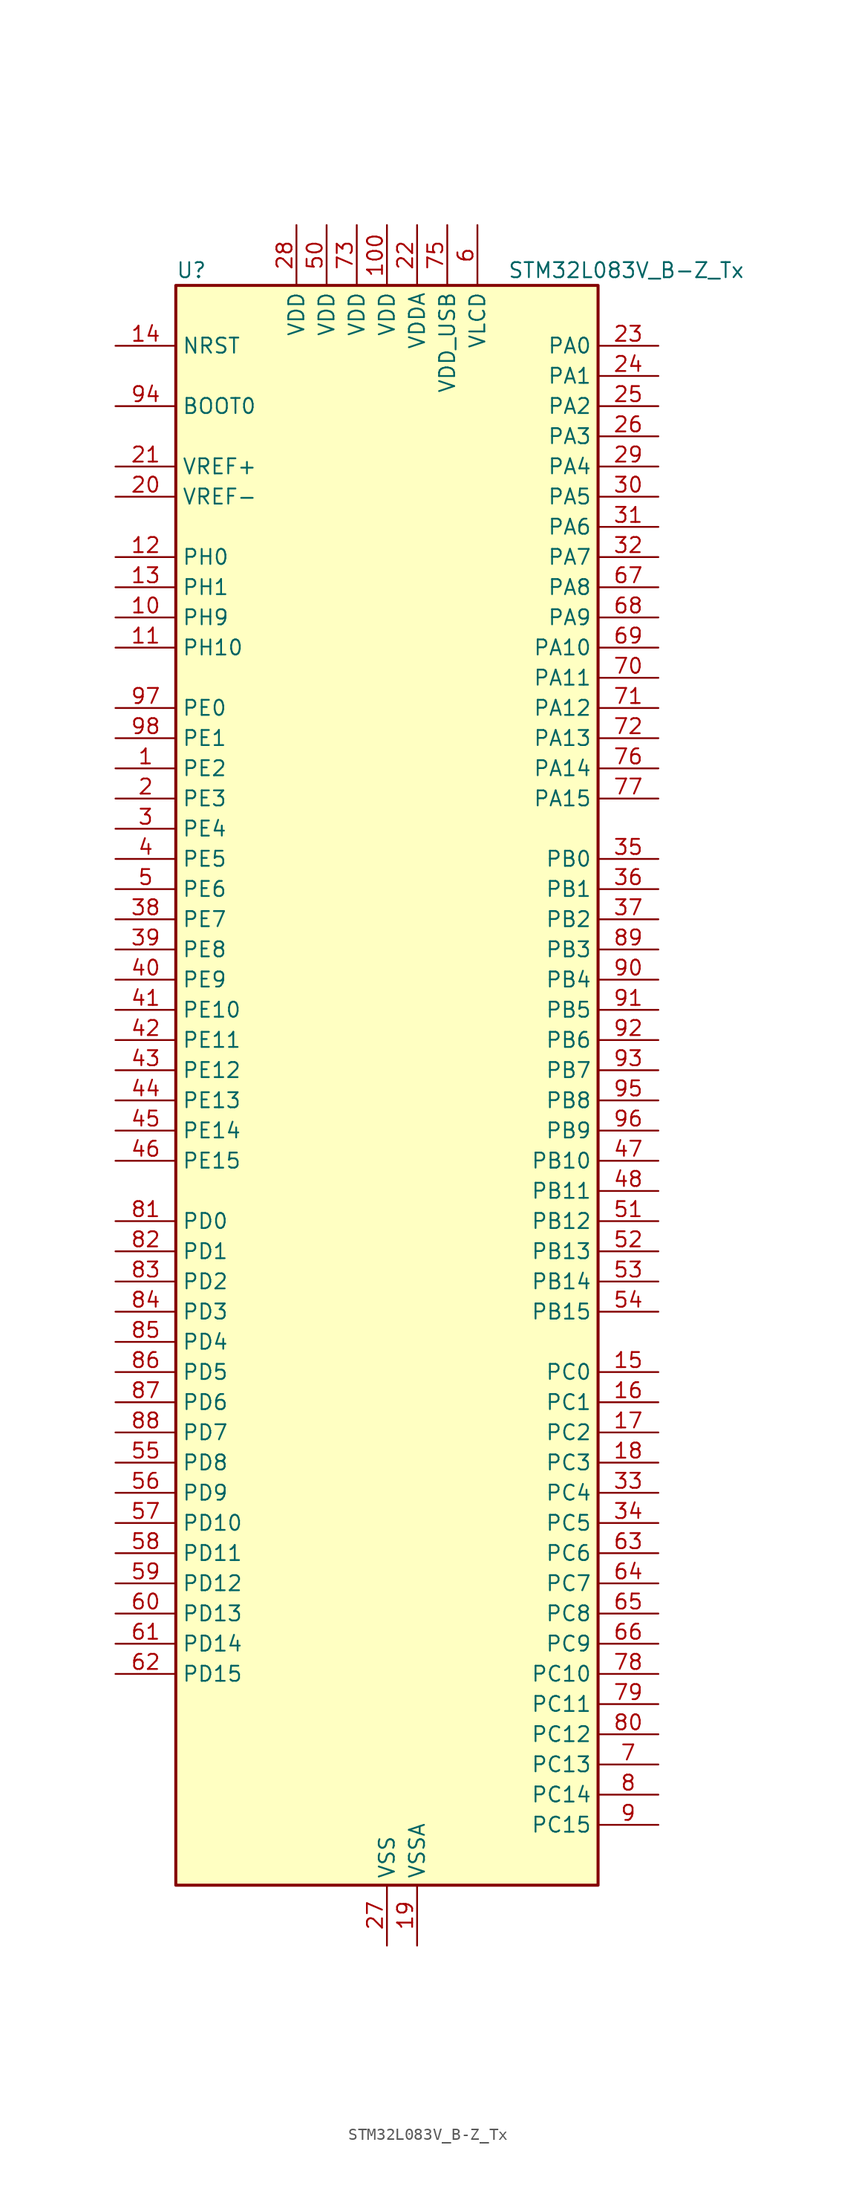
<source format=kicad_sym>
(kicad_symbol_lib
  (version 20241209)
  (generator "kicad_symbol_editor")
  (generator_version "9.0")
  (symbol "STM32L083V_B-Z_Tx"
    (property "Reference" "U"
      (at -17.78 69.85 0)
      (effects (font (size 1.27 1.27)) (justify left)))
    (property "Value" "STM32L083V_B-Z_Tx"
      (at 10.16 69.85 0)
      (effects (font (size 1.27 1.27)) (justify left)))
    (symbol "STM32L083V_B-Z_Tx_0_1"
      (rectangle (start -17.78 -66.04) (end 17.78 68.58) (stroke (width 0.254) (type default)) (fill (type background))))
    (symbol "STM32L083V_B-Z_Tx_1_1"
      (pin input line (at -22.86 63.5 0) (length 5.08) (name "NRST" (effects (font (size 1.27 1.27)))) (number "14" (effects (font (size 1.27 1.27)))))
      (pin input line (at -22.86 58.42 0) (length 5.08) (name "BOOT0" (effects (font (size 1.27 1.27)))) (number "94" (effects (font (size 1.27 1.27)))))
      (pin input line (at -22.86 53.34 0) (length 5.08) (name "VREF+" (effects (font (size 1.27 1.27)))) (number "21" (effects (font (size 1.27 1.27)))))
      (pin input line (at -22.86 50.8 0) (length 5.08) (name "VREF-" (effects (font (size 1.27 1.27)))) (number "20" (effects (font (size 1.27 1.27)))))
      (pin bidirectional line (at -22.86 45.72 0) (length 5.08) (name "PH0" (effects (font (size 1.27 1.27)))) (number "12" (effects (font (size 1.27 1.27)))) (alternate "CRS_SYNC" bidirectional line) (alternate "RCC_OSC_IN" bidirectional line))
      (pin bidirectional line (at -22.86 43.18 0) (length 5.08) (name "PH1" (effects (font (size 1.27 1.27)))) (number "13" (effects (font (size 1.27 1.27)))) (alternate "RCC_OSC_OUT" bidirectional line))
      (pin bidirectional line (at -22.86 40.64 0) (length 5.08) (name "PH9" (effects (font (size 1.27 1.27)))) (number "10" (effects (font (size 1.27 1.27)))) (alternate "DAC_EXTI9" bidirectional line))
      (pin bidirectional line (at -22.86 38.1 0) (length 5.08) (name "PH10" (effects (font (size 1.27 1.27)))) (number "11" (effects (font (size 1.27 1.27)))))
      (pin bidirectional line (at -22.86 33.02 0) (length 5.08) (name "PE0" (effects (font (size 1.27 1.27)))) (number "97" (effects (font (size 1.27 1.27)))) (alternate "LCD_SEG36" bidirectional line))
      (pin bidirectional line (at -22.86 30.48 0) (length 5.08) (name "PE1" (effects (font (size 1.27 1.27)))) (number "98" (effects (font (size 1.27 1.27)))) (alternate "LCD_SEG37" bidirectional line))
      (pin bidirectional line (at -22.86 27.94 0) (length 5.08) (name "PE2" (effects (font (size 1.27 1.27)))) (number "1" (effects (font (size 1.27 1.27)))) (alternate "LCD_SEG38" bidirectional line) (alternate "TIM3_ETR" bidirectional line))
      (pin bidirectional line (at -22.86 25.4 0) (length 5.08) (name "PE3" (effects (font (size 1.27 1.27)))) (number "2" (effects (font (size 1.27 1.27)))) (alternate "LCD_SEG39" bidirectional line) (alternate "TIM22_CH1" bidirectional line) (alternate "TIM3_CH1" bidirectional line))
      (pin bidirectional line (at -22.86 22.86 0) (length 5.08) (name "PE4" (effects (font (size 1.27 1.27)))) (number "3" (effects (font (size 1.27 1.27)))) (alternate "TIM22_CH2" bidirectional line) (alternate "TIM3_CH2" bidirectional line))
      (pin bidirectional line (at -22.86 20.32 0) (length 5.08) (name "PE5" (effects (font (size 1.27 1.27)))) (number "4" (effects (font (size 1.27 1.27)))) (alternate "TIM21_CH1" bidirectional line) (alternate "TIM3_CH3" bidirectional line))
      (pin bidirectional line (at -22.86 17.78 0) (length 5.08) (name "PE6" (effects (font (size 1.27 1.27)))) (number "5" (effects (font (size 1.27 1.27)))) (alternate "RTC_TAMP3" bidirectional line) (alternate "SYS_WKUP3" bidirectional line) (alternate "TIM21_CH2" bidirectional line) (alternate "TIM3_CH4" bidirectional line))
      (pin bidirectional line (at -22.86 15.24 0) (length 5.08) (name "PE7" (effects (font (size 1.27 1.27)))) (number "38" (effects (font (size 1.27 1.27)))) (alternate "LCD_SEG45" bidirectional line) (alternate "USART5_CK" bidirectional line) (alternate "USART5_DE" bidirectional line) (alternate "USART5_RTS" bidirectional line))
      (pin bidirectional line (at -22.86 12.7 0) (length 5.08) (name "PE8" (effects (font (size 1.27 1.27)))) (number "39" (effects (font (size 1.27 1.27)))) (alternate "LCD_SEG46" bidirectional line) (alternate "USART4_TX" bidirectional line))
      (pin bidirectional line (at -22.86 10.16 0) (length 5.08) (name "PE9" (effects (font (size 1.27 1.27)))) (number "40" (effects (font (size 1.27 1.27)))) (alternate "DAC_EXTI9" bidirectional line) (alternate "LCD_SEG47" bidirectional line) (alternate "TIM2_CH1" bidirectional line) (alternate "TIM2_ETR" bidirectional line) (alternate "USART4_RX" bidirectional line))
      (pin bidirectional line (at -22.86 7.62 0) (length 5.08) (name "PE10" (effects (font (size 1.27 1.27)))) (number "41" (effects (font (size 1.27 1.27)))) (alternate "LCD_SEG40" bidirectional line) (alternate "TIM2_CH2" bidirectional line) (alternate "USART5_TX" bidirectional line))
      (pin bidirectional line (at -22.86 5.08 0) (length 5.08) (name "PE11" (effects (font (size 1.27 1.27)))) (number "42" (effects (font (size 1.27 1.27)))) (alternate "ADC_EXTI11" bidirectional line) (alternate "LCD_VLCD1" bidirectional line) (alternate "TIM2_CH3" bidirectional line) (alternate "USART5_RX" bidirectional line))
      (pin bidirectional line (at -22.86 2.54 0) (length 5.08) (name "PE12" (effects (font (size 1.27 1.27)))) (number "43" (effects (font (size 1.27 1.27)))) (alternate "LCD_VLCD3" bidirectional line) (alternate "SPI1_NSS" bidirectional line) (alternate "TIM2_CH4" bidirectional line))
      (pin bidirectional line (at -22.86 0 0) (length 5.08) (name "PE13" (effects (font (size 1.27 1.27)))) (number "44" (effects (font (size 1.27 1.27)))) (alternate "LCD_SEG41" bidirectional line) (alternate "SPI1_SCK" bidirectional line))
      (pin bidirectional line (at -22.86 -2.54 0) (length 5.08) (name "PE14" (effects (font (size 1.27 1.27)))) (number "45" (effects (font (size 1.27 1.27)))) (alternate "LCD_SEG42" bidirectional line) (alternate "SPI1_MISO" bidirectional line))
      (pin bidirectional line (at -22.86 -5.08 0) (length 5.08) (name "PE15" (effects (font (size 1.27 1.27)))) (number "46" (effects (font (size 1.27 1.27)))) (alternate "LCD_SEG43" bidirectional line) (alternate "SPI1_MOSI" bidirectional line))
      (pin bidirectional line (at -22.86 -10.16 0) (length 5.08) (name "PD0" (effects (font (size 1.27 1.27)))) (number "81" (effects (font (size 1.27 1.27)))) (alternate "I2S2_WS" bidirectional line) (alternate "SPI2_NSS" bidirectional line) (alternate "TIM21_CH1" bidirectional line))
      (pin bidirectional line (at -22.86 -12.7 0) (length 5.08) (name "PD1" (effects (font (size 1.27 1.27)))) (number "82" (effects (font (size 1.27 1.27)))) (alternate "I2S2_CK" bidirectional line) (alternate "SPI2_SCK" bidirectional line))
      (pin bidirectional line (at -22.86 -15.24 0) (length 5.08) (name "PD2" (effects (font (size 1.27 1.27)))) (number "83" (effects (font (size 1.27 1.27)))) (alternate "LCD_COM7" bidirectional line) (alternate "LCD_SEG31" bidirectional line) (alternate "LCD_SEG51" bidirectional line) (alternate "LPUART1_DE" bidirectional line) (alternate "LPUART1_RTS" bidirectional line) (alternate "TIM3_ETR" bidirectional line) (alternate "USART5_RX" bidirectional line))
      (pin bidirectional line (at -22.86 -17.78 0) (length 5.08) (name "PD3" (effects (font (size 1.27 1.27)))) (number "84" (effects (font (size 1.27 1.27)))) (alternate "I2S2_MCK" bidirectional line) (alternate "LCD_SEG44" bidirectional line) (alternate "SPI2_MISO" bidirectional line) (alternate "USART2_CTS" bidirectional line))
      (pin bidirectional line (at -22.86 -20.32 0) (length 5.08) (name "PD4" (effects (font (size 1.27 1.27)))) (number "85" (effects (font (size 1.27 1.27)))) (alternate "I2S2_SD" bidirectional line) (alternate "SPI2_MOSI" bidirectional line) (alternate "USART2_DE" bidirectional line) (alternate "USART2_RTS" bidirectional line))
      (pin bidirectional line (at -22.86 -22.86 0) (length 5.08) (name "PD5" (effects (font (size 1.27 1.27)))) (number "86" (effects (font (size 1.27 1.27)))) (alternate "USART2_TX" bidirectional line))
      (pin bidirectional line (at -22.86 -25.4 0) (length 5.08) (name "PD6" (effects (font (size 1.27 1.27)))) (number "87" (effects (font (size 1.27 1.27)))) (alternate "USART2_RX" bidirectional line))
      (pin bidirectional line (at -22.86 -27.94 0) (length 5.08) (name "PD7" (effects (font (size 1.27 1.27)))) (number "88" (effects (font (size 1.27 1.27)))) (alternate "TIM21_CH2" bidirectional line) (alternate "USART2_CK" bidirectional line))
      (pin bidirectional line (at -22.86 -30.48 0) (length 5.08) (name "PD8" (effects (font (size 1.27 1.27)))) (number "55" (effects (font (size 1.27 1.27)))) (alternate "LCD_SEG28" bidirectional line) (alternate "LPUART1_TX" bidirectional line))
      (pin bidirectional line (at -22.86 -33.02 0) (length 5.08) (name "PD9" (effects (font (size 1.27 1.27)))) (number "56" (effects (font (size 1.27 1.27)))) (alternate "DAC_EXTI9" bidirectional line) (alternate "LCD_SEG29" bidirectional line) (alternate "LPUART1_RX" bidirectional line))
      (pin bidirectional line (at -22.86 -35.56 0) (length 5.08) (name "PD10" (effects (font (size 1.27 1.27)))) (number "57" (effects (font (size 1.27 1.27)))) (alternate "LCD_SEG30" bidirectional line))
      (pin bidirectional line (at -22.86 -38.1 0) (length 5.08) (name "PD11" (effects (font (size 1.27 1.27)))) (number "58" (effects (font (size 1.27 1.27)))) (alternate "ADC_EXTI11" bidirectional line) (alternate "LCD_SEG31" bidirectional line) (alternate "LPUART1_CTS" bidirectional line))
      (pin bidirectional line (at -22.86 -40.64 0) (length 5.08) (name "PD12" (effects (font (size 1.27 1.27)))) (number "59" (effects (font (size 1.27 1.27)))) (alternate "LCD_SEG32" bidirectional line) (alternate "LPUART1_DE" bidirectional line) (alternate "LPUART1_RTS" bidirectional line))
      (pin bidirectional line (at -22.86 -43.18 0) (length 5.08) (name "PD13" (effects (font (size 1.27 1.27)))) (number "60" (effects (font (size 1.27 1.27)))) (alternate "LCD_SEG33" bidirectional line))
      (pin bidirectional line (at -22.86 -45.72 0) (length 5.08) (name "PD14" (effects (font (size 1.27 1.27)))) (number "61" (effects (font (size 1.27 1.27)))) (alternate "LCD_SEG34" bidirectional line))
      (pin bidirectional line (at -22.86 -48.26 0) (length 5.08) (name "PD15" (effects (font (size 1.27 1.27)))) (number "62" (effects (font (size 1.27 1.27)))) (alternate "CRS_SYNC" bidirectional line) (alternate "LCD_SEG35" bidirectional line))
      (pin power_in line (at -7.62 73.66 270) (length 5.08) (name "VDD" (effects (font (size 1.27 1.27)))) (number "28" (effects (font (size 1.27 1.27)))))
      (pin power_in line (at -5.08 73.66 270) (length 5.08) (name "VDD" (effects (font (size 1.27 1.27)))) (number "50" (effects (font (size 1.27 1.27)))))
      (pin power_in line (at -2.54 73.66 270) (length 5.08) (name "VDD" (effects (font (size 1.27 1.27)))) (number "73" (effects (font (size 1.27 1.27)))))
      (pin power_in line (at 0 73.66 270) (length 5.08) (name "VDD" (effects (font (size 1.27 1.27)))) (number "100" (effects (font (size 1.27 1.27)))))
      (pin power_in line (at 0 -71.12 90) (length 5.08) (name "VSS" (effects (font (size 1.27 1.27)))) (number "27" (effects (font (size 1.27 1.27)))))
      (pin passive line (at 0 -71.12 90) (length 5.08) (hide yes) (name "VSS" (effects (font (size 1.27 1.27)))) (number "49" (effects (font (size 1.27 1.27)))))
      (pin passive line (at 0 -71.12 90) (length 5.08) (hide yes) (name "VSS" (effects (font (size 1.27 1.27)))) (number "74" (effects (font (size 1.27 1.27)))))
      (pin passive line (at 0 -71.12 90) (length 5.08) (hide yes) (name "VSS" (effects (font (size 1.27 1.27)))) (number "99" (effects (font (size 1.27 1.27)))))
      (pin power_in line (at 2.54 73.66 270) (length 5.08) (name "VDDA" (effects (font (size 1.27 1.27)))) (number "22" (effects (font (size 1.27 1.27)))))
      (pin power_in line (at 2.54 -71.12 90) (length 5.08) (name "VSSA" (effects (font (size 1.27 1.27)))) (number "19" (effects (font (size 1.27 1.27)))))
      (pin power_in line (at 5.08 73.66 270) (length 5.08) (name "VDD_USB" (effects (font (size 1.27 1.27)))) (number "75" (effects (font (size 1.27 1.27)))))
      (pin power_in line (at 7.62 73.66 270) (length 5.08) (name "VLCD" (effects (font (size 1.27 1.27)))) (number "6" (effects (font (size 1.27 1.27)))))
      (pin bidirectional line (at 22.86 63.5 180) (length 5.08) (name "PA0" (effects (font (size 1.27 1.27)))) (number "23" (effects (font (size 1.27 1.27)))) (alternate "ADC_IN0" bidirectional line) (alternate "COMP1_INM" bidirectional line) (alternate "COMP1_OUT" bidirectional line) (alternate "RTC_TAMP2" bidirectional line) (alternate "SYS_WKUP1" bidirectional line) (alternate "TIM2_CH1" bidirectional line) (alternate "TIM2_ETR" bidirectional line) (alternate "TSC_G1_IO1" bidirectional line) (alternate "USART2_CTS" bidirectional line) (alternate "USART4_TX" bidirectional line))
      (pin bidirectional line (at 22.86 60.96 180) (length 5.08) (name "PA1" (effects (font (size 1.27 1.27)))) (number "24" (effects (font (size 1.27 1.27)))) (alternate "ADC_IN1" bidirectional line) (alternate "COMP1_INP" bidirectional line) (alternate "LCD_SEG0" bidirectional line) (alternate "TIM21_ETR" bidirectional line) (alternate "TIM2_CH2" bidirectional line) (alternate "TSC_G1_IO2" bidirectional line) (alternate "USART2_DE" bidirectional line) (alternate "USART2_RTS" bidirectional line) (alternate "USART4_RX" bidirectional line))
      (pin bidirectional line (at 22.86 58.42 180) (length 5.08) (name "PA2" (effects (font (size 1.27 1.27)))) (number "25" (effects (font (size 1.27 1.27)))) (alternate "ADC_IN2" bidirectional line) (alternate "COMP2_INM" bidirectional line) (alternate "COMP2_OUT" bidirectional line) (alternate "LCD_SEG1" bidirectional line) (alternate "LPUART1_TX" bidirectional line) (alternate "TIM21_CH1" bidirectional line) (alternate "TIM2_CH3" bidirectional line) (alternate "TSC_G1_IO3" bidirectional line) (alternate "USART2_TX" bidirectional line))
      (pin bidirectional line (at 22.86 55.88 180) (length 5.08) (name "PA3" (effects (font (size 1.27 1.27)))) (number "26" (effects (font (size 1.27 1.27)))) (alternate "ADC_IN3" bidirectional line) (alternate "COMP2_INP" bidirectional line) (alternate "LCD_SEG2" bidirectional line) (alternate "LPUART1_RX" bidirectional line) (alternate "TIM21_CH2" bidirectional line) (alternate "TIM2_CH4" bidirectional line) (alternate "TSC_G1_IO4" bidirectional line) (alternate "USART2_RX" bidirectional line))
      (pin bidirectional line (at 22.86 53.34 180) (length 5.08) (name "PA4" (effects (font (size 1.27 1.27)))) (number "29" (effects (font (size 1.27 1.27)))) (alternate "ADC_IN4" bidirectional line) (alternate "COMP1_INM" bidirectional line) (alternate "COMP2_INM" bidirectional line) (alternate "DAC_OUT1" bidirectional line) (alternate "SPI1_NSS" bidirectional line) (alternate "TIM22_ETR" bidirectional line) (alternate "TSC_G2_IO1" bidirectional line) (alternate "USART2_CK" bidirectional line))
      (pin bidirectional line (at 22.86 50.8 180) (length 5.08) (name "PA5" (effects (font (size 1.27 1.27)))) (number "30" (effects (font (size 1.27 1.27)))) (alternate "ADC_IN5" bidirectional line) (alternate "COMP1_INM" bidirectional line) (alternate "COMP2_INM" bidirectional line) (alternate "DAC_OUT2" bidirectional line) (alternate "SPI1_SCK" bidirectional line) (alternate "TIM2_CH1" bidirectional line) (alternate "TIM2_ETR" bidirectional line) (alternate "TSC_G2_IO2" bidirectional line))
      (pin bidirectional line (at 22.86 48.26 180) (length 5.08) (name "PA6" (effects (font (size 1.27 1.27)))) (number "31" (effects (font (size 1.27 1.27)))) (alternate "ADC_IN6" bidirectional line) (alternate "COMP1_OUT" bidirectional line) (alternate "LCD_SEG3" bidirectional line) (alternate "LPUART1_CTS" bidirectional line) (alternate "SPI1_MISO" bidirectional line) (alternate "TIM22_CH1" bidirectional line) (alternate "TIM3_CH1" bidirectional line) (alternate "TSC_G2_IO3" bidirectional line))
      (pin bidirectional line (at 22.86 45.72 180) (length 5.08) (name "PA7" (effects (font (size 1.27 1.27)))) (number "32" (effects (font (size 1.27 1.27)))) (alternate "ADC_IN7" bidirectional line) (alternate "COMP2_OUT" bidirectional line) (alternate "LCD_SEG4" bidirectional line) (alternate "SPI1_MOSI" bidirectional line) (alternate "TIM22_CH2" bidirectional line) (alternate "TIM3_CH2" bidirectional line) (alternate "TSC_G2_IO4" bidirectional line))
      (pin bidirectional line (at 22.86 43.18 180) (length 5.08) (name "PA8" (effects (font (size 1.27 1.27)))) (number "67" (effects (font (size 1.27 1.27)))) (alternate "CRS_SYNC" bidirectional line) (alternate "I2C3_SCL" bidirectional line) (alternate "LCD_COM0" bidirectional line) (alternate "RCC_MCO" bidirectional line) (alternate "USART1_CK" bidirectional line))
      (pin bidirectional line (at 22.86 40.64 180) (length 5.08) (name "PA9" (effects (font (size 1.27 1.27)))) (number "68" (effects (font (size 1.27 1.27)))) (alternate "DAC_EXTI9" bidirectional line) (alternate "I2C1_SCL" bidirectional line) (alternate "I2C3_SMBA" bidirectional line) (alternate "LCD_COM1" bidirectional line) (alternate "RCC_MCO" bidirectional line) (alternate "TSC_G4_IO1" bidirectional line) (alternate "USART1_TX" bidirectional line))
      (pin bidirectional line (at 22.86 38.1 180) (length 5.08) (name "PA10" (effects (font (size 1.27 1.27)))) (number "69" (effects (font (size 1.27 1.27)))) (alternate "I2C1_SDA" bidirectional line) (alternate "LCD_COM2" bidirectional line) (alternate "TSC_G4_IO2" bidirectional line) (alternate "USART1_RX" bidirectional line))
      (pin bidirectional line (at 22.86 35.56 180) (length 5.08) (name "PA11" (effects (font (size 1.27 1.27)))) (number "70" (effects (font (size 1.27 1.27)))) (alternate "ADC_EXTI11" bidirectional line) (alternate "COMP1_OUT" bidirectional line) (alternate "SPI1_MISO" bidirectional line) (alternate "TSC_G4_IO3" bidirectional line) (alternate "USART1_CTS" bidirectional line) (alternate "USB_DM" bidirectional line))
      (pin bidirectional line (at 22.86 33.02 180) (length 5.08) (name "PA12" (effects (font (size 1.27 1.27)))) (number "71" (effects (font (size 1.27 1.27)))) (alternate "COMP2_OUT" bidirectional line) (alternate "SPI1_MOSI" bidirectional line) (alternate "TSC_G4_IO4" bidirectional line) (alternate "USART1_DE" bidirectional line) (alternate "USART1_RTS" bidirectional line) (alternate "USB_DP" bidirectional line))
      (pin bidirectional line (at 22.86 30.48 180) (length 5.08) (name "PA13" (effects (font (size 1.27 1.27)))) (number "72" (effects (font (size 1.27 1.27)))) (alternate "LPUART1_RX" bidirectional line) (alternate "SYS_SWDIO" bidirectional line) (alternate "USB_NOE" bidirectional line))
      (pin bidirectional line (at 22.86 27.94 180) (length 5.08) (name "PA14" (effects (font (size 1.27 1.27)))) (number "76" (effects (font (size 1.27 1.27)))) (alternate "LPUART1_TX" bidirectional line) (alternate "SYS_SWCLK" bidirectional line) (alternate "USART2_TX" bidirectional line))
      (pin bidirectional line (at 22.86 25.4 180) (length 5.08) (name "PA15" (effects (font (size 1.27 1.27)))) (number "77" (effects (font (size 1.27 1.27)))) (alternate "LCD_SEG17" bidirectional line) (alternate "SPI1_NSS" bidirectional line) (alternate "TIM2_CH1" bidirectional line) (alternate "TIM2_ETR" bidirectional line) (alternate "USART2_RX" bidirectional line) (alternate "USART4_DE" bidirectional line) (alternate "USART4_RTS" bidirectional line))
      (pin bidirectional line (at 22.86 20.32 180) (length 5.08) (name "PB0" (effects (font (size 1.27 1.27)))) (number "35" (effects (font (size 1.27 1.27)))) (alternate "ADC_IN8" bidirectional line) (alternate "LCD_SEG5" bidirectional line) (alternate "LCD_VLCD3" bidirectional line) (alternate "SYS_VREF_OUT_PB0" bidirectional line) (alternate "TIM3_CH3" bidirectional line) (alternate "TSC_G3_IO2" bidirectional line))
      (pin bidirectional line (at 22.86 17.78 180) (length 5.08) (name "PB1" (effects (font (size 1.27 1.27)))) (number "36" (effects (font (size 1.27 1.27)))) (alternate "ADC_IN9" bidirectional line) (alternate "LCD_SEG6" bidirectional line) (alternate "LPUART1_DE" bidirectional line) (alternate "LPUART1_RTS" bidirectional line) (alternate "SYS_VREF_OUT_PB1" bidirectional line) (alternate "TIM3_CH4" bidirectional line) (alternate "TSC_G3_IO3" bidirectional line))
      (pin bidirectional line (at 22.86 15.24 180) (length 5.08) (name "PB2" (effects (font (size 1.27 1.27)))) (number "37" (effects (font (size 1.27 1.27)))) (alternate "I2C3_SMBA" bidirectional line) (alternate "LCD_VLCD2" bidirectional line) (alternate "LPTIM1_OUT" bidirectional line) (alternate "TSC_G3_IO4" bidirectional line))
      (pin bidirectional line (at 22.86 12.7 180) (length 5.08) (name "PB3" (effects (font (size 1.27 1.27)))) (number "89" (effects (font (size 1.27 1.27)))) (alternate "COMP2_INM" bidirectional line) (alternate "LCD_SEG7" bidirectional line) (alternate "SPI1_SCK" bidirectional line) (alternate "TIM2_CH2" bidirectional line) (alternate "TSC_G5_IO1" bidirectional line) (alternate "USART1_DE" bidirectional line) (alternate "USART1_RTS" bidirectional line) (alternate "USART5_TX" bidirectional line))
      (pin bidirectional line (at 22.86 10.16 180) (length 5.08) (name "PB4" (effects (font (size 1.27 1.27)))) (number "90" (effects (font (size 1.27 1.27)))) (alternate "COMP2_INP" bidirectional line) (alternate "I2C3_SDA" bidirectional line) (alternate "LCD_SEG8" bidirectional line) (alternate "SPI1_MISO" bidirectional line) (alternate "TIM22_CH1" bidirectional line) (alternate "TIM3_CH1" bidirectional line) (alternate "TSC_G5_IO2" bidirectional line) (alternate "USART1_CTS" bidirectional line) (alternate "USART5_RX" bidirectional line))
      (pin bidirectional line (at 22.86 7.62 180) (length 5.08) (name "PB5" (effects (font (size 1.27 1.27)))) (number "91" (effects (font (size 1.27 1.27)))) (alternate "COMP2_INP" bidirectional line) (alternate "I2C1_SMBA" bidirectional line) (alternate "LCD_SEG9" bidirectional line) (alternate "LPTIM1_IN1" bidirectional line) (alternate "SPI1_MOSI" bidirectional line) (alternate "TIM22_CH2" bidirectional line) (alternate "TIM3_CH2" bidirectional line) (alternate "USART1_CK" bidirectional line) (alternate "USART5_CK" bidirectional line) (alternate "USART5_DE" bidirectional line) (alternate "USART5_RTS" bidirectional line))
      (pin bidirectional line (at 22.86 5.08 180) (length 5.08) (name "PB6" (effects (font (size 1.27 1.27)))) (number "92" (effects (font (size 1.27 1.27)))) (alternate "COMP2_INP" bidirectional line) (alternate "I2C1_SCL" bidirectional line) (alternate "LPTIM1_ETR" bidirectional line) (alternate "TSC_G5_IO3" bidirectional line) (alternate "USART1_TX" bidirectional line))
      (pin bidirectional line (at 22.86 2.54 180) (length 5.08) (name "PB7" (effects (font (size 1.27 1.27)))) (number "93" (effects (font (size 1.27 1.27)))) (alternate "COMP2_INP" bidirectional line) (alternate "I2C1_SDA" bidirectional line) (alternate "LPTIM1_IN2" bidirectional line) (alternate "SYS_PVD_IN" bidirectional line) (alternate "TSC_G5_IO4" bidirectional line) (alternate "USART1_RX" bidirectional line) (alternate "USART4_CTS" bidirectional line))
      (pin bidirectional line (at 22.86 0 180) (length 5.08) (name "PB8" (effects (font (size 1.27 1.27)))) (number "95" (effects (font (size 1.27 1.27)))) (alternate "I2C1_SCL" bidirectional line) (alternate "LCD_SEG16" bidirectional line) (alternate "TSC_SYNC" bidirectional line))
      (pin bidirectional line (at 22.86 -2.54 180) (length 5.08) (name "PB9" (effects (font (size 1.27 1.27)))) (number "96" (effects (font (size 1.27 1.27)))) (alternate "DAC_EXTI9" bidirectional line) (alternate "I2C1_SDA" bidirectional line) (alternate "I2S2_WS" bidirectional line) (alternate "LCD_COM3" bidirectional line) (alternate "SPI2_NSS" bidirectional line))
      (pin bidirectional line (at 22.86 -5.08 180) (length 5.08) (name "PB10" (effects (font (size 1.27 1.27)))) (number "47" (effects (font (size 1.27 1.27)))) (alternate "I2C2_SCL" bidirectional line) (alternate "LCD_SEG10" bidirectional line) (alternate "LPUART1_RX" bidirectional line) (alternate "LPUART1_TX" bidirectional line) (alternate "SPI2_SCK" bidirectional line) (alternate "TIM2_CH3" bidirectional line) (alternate "TSC_SYNC" bidirectional line))
      (pin bidirectional line (at 22.86 -7.62 180) (length 5.08) (name "PB11" (effects (font (size 1.27 1.27)))) (number "48" (effects (font (size 1.27 1.27)))) (alternate "ADC_EXTI11" bidirectional line) (alternate "I2C2_SDA" bidirectional line) (alternate "LCD_SEG11" bidirectional line) (alternate "LPUART1_RX" bidirectional line) (alternate "LPUART1_TX" bidirectional line) (alternate "TIM2_CH4" bidirectional line) (alternate "TSC_G6_IO1" bidirectional line))
      (pin bidirectional line (at 22.86 -10.16 180) (length 5.08) (name "PB12" (effects (font (size 1.27 1.27)))) (number "51" (effects (font (size 1.27 1.27)))) (alternate "I2S2_WS" bidirectional line) (alternate "LCD_SEG12" bidirectional line) (alternate "LCD_VLCD2" bidirectional line) (alternate "LPUART1_DE" bidirectional line) (alternate "LPUART1_RTS" bidirectional line) (alternate "SPI2_NSS" bidirectional line) (alternate "TSC_G6_IO2" bidirectional line))
      (pin bidirectional line (at 22.86 -12.7 180) (length 5.08) (name "PB13" (effects (font (size 1.27 1.27)))) (number "52" (effects (font (size 1.27 1.27)))) (alternate "I2C2_SCL" bidirectional line) (alternate "I2S2_CK" bidirectional line) (alternate "LCD_SEG13" bidirectional line) (alternate "LPUART1_CTS" bidirectional line) (alternate "RCC_MCO" bidirectional line) (alternate "SPI2_SCK" bidirectional line) (alternate "TIM21_CH1" bidirectional line) (alternate "TSC_G6_IO3" bidirectional line))
      (pin bidirectional line (at 22.86 -15.24 180) (length 5.08) (name "PB14" (effects (font (size 1.27 1.27)))) (number "53" (effects (font (size 1.27 1.27)))) (alternate "I2C2_SDA" bidirectional line) (alternate "I2S2_MCK" bidirectional line) (alternate "LCD_SEG14" bidirectional line) (alternate "LPUART1_DE" bidirectional line) (alternate "LPUART1_RTS" bidirectional line) (alternate "RTC_OUT_ALARM" bidirectional line) (alternate "RTC_OUT_CALIB" bidirectional line) (alternate "SPI2_MISO" bidirectional line) (alternate "TIM21_CH2" bidirectional line) (alternate "TSC_G6_IO4" bidirectional line))
      (pin bidirectional line (at 22.86 -17.78 180) (length 5.08) (name "PB15" (effects (font (size 1.27 1.27)))) (number "54" (effects (font (size 1.27 1.27)))) (alternate "I2S2_SD" bidirectional line) (alternate "LCD_SEG15" bidirectional line) (alternate "RTC_REFIN" bidirectional line) (alternate "SPI2_MOSI" bidirectional line))
      (pin bidirectional line (at 22.86 -22.86 180) (length 5.08) (name "PC0" (effects (font (size 1.27 1.27)))) (number "15" (effects (font (size 1.27 1.27)))) (alternate "ADC_IN10" bidirectional line) (alternate "I2C3_SCL" bidirectional line) (alternate "LCD_SEG18" bidirectional line) (alternate "LPTIM1_IN1" bidirectional line) (alternate "LPUART1_RX" bidirectional line) (alternate "TSC_G7_IO1" bidirectional line))
      (pin bidirectional line (at 22.86 -25.4 180) (length 5.08) (name "PC1" (effects (font (size 1.27 1.27)))) (number "16" (effects (font (size 1.27 1.27)))) (alternate "ADC_IN11" bidirectional line) (alternate "I2C3_SDA" bidirectional line) (alternate "LCD_SEG19" bidirectional line) (alternate "LPTIM1_OUT" bidirectional line) (alternate "LPUART1_TX" bidirectional line) (alternate "TSC_G7_IO2" bidirectional line))
      (pin bidirectional line (at 22.86 -27.94 180) (length 5.08) (name "PC2" (effects (font (size 1.27 1.27)))) (number "17" (effects (font (size 1.27 1.27)))) (alternate "ADC_IN12" bidirectional line) (alternate "I2S2_MCK" bidirectional line) (alternate "LCD_SEG20" bidirectional line) (alternate "LPTIM1_IN2" bidirectional line) (alternate "SPI2_MISO" bidirectional line) (alternate "TSC_G7_IO3" bidirectional line))
      (pin bidirectional line (at 22.86 -30.48 180) (length 5.08) (name "PC3" (effects (font (size 1.27 1.27)))) (number "18" (effects (font (size 1.27 1.27)))) (alternate "ADC_IN13" bidirectional line) (alternate "I2S2_SD" bidirectional line) (alternate "LCD_SEG21" bidirectional line) (alternate "LPTIM1_ETR" bidirectional line) (alternate "SPI2_MOSI" bidirectional line) (alternate "TSC_G7_IO4" bidirectional line))
      (pin bidirectional line (at 22.86 -33.02 180) (length 5.08) (name "PC4" (effects (font (size 1.27 1.27)))) (number "33" (effects (font (size 1.27 1.27)))) (alternate "ADC_IN14" bidirectional line) (alternate "LCD_SEG22" bidirectional line) (alternate "LPUART1_TX" bidirectional line))
      (pin bidirectional line (at 22.86 -35.56 180) (length 5.08) (name "PC5" (effects (font (size 1.27 1.27)))) (number "34" (effects (font (size 1.27 1.27)))) (alternate "ADC_IN15" bidirectional line) (alternate "LCD_SEG23" bidirectional line) (alternate "LPUART1_RX" bidirectional line) (alternate "TSC_G3_IO1" bidirectional line))
      (pin bidirectional line (at 22.86 -38.1 180) (length 5.08) (name "PC6" (effects (font (size 1.27 1.27)))) (number "63" (effects (font (size 1.27 1.27)))) (alternate "LCD_SEG24" bidirectional line) (alternate "TIM22_CH1" bidirectional line) (alternate "TIM3_CH1" bidirectional line) (alternate "TSC_G8_IO1" bidirectional line))
      (pin bidirectional line (at 22.86 -40.64 180) (length 5.08) (name "PC7" (effects (font (size 1.27 1.27)))) (number "64" (effects (font (size 1.27 1.27)))) (alternate "LCD_SEG25" bidirectional line) (alternate "TIM22_CH2" bidirectional line) (alternate "TIM3_CH2" bidirectional line) (alternate "TSC_G8_IO2" bidirectional line))
      (pin bidirectional line (at 22.86 -43.18 180) (length 5.08) (name "PC8" (effects (font (size 1.27 1.27)))) (number "65" (effects (font (size 1.27 1.27)))) (alternate "LCD_SEG26" bidirectional line) (alternate "TIM22_ETR" bidirectional line) (alternate "TIM3_CH3" bidirectional line) (alternate "TSC_G8_IO3" bidirectional line))
      (pin bidirectional line (at 22.86 -45.72 180) (length 5.08) (name "PC9" (effects (font (size 1.27 1.27)))) (number "66" (effects (font (size 1.27 1.27)))) (alternate "DAC_EXTI9" bidirectional line) (alternate "I2C3_SDA" bidirectional line) (alternate "LCD_SEG27" bidirectional line) (alternate "TIM21_ETR" bidirectional line) (alternate "TIM3_CH4" bidirectional line) (alternate "TSC_G8_IO4" bidirectional line) (alternate "USB_NOE" bidirectional line))
      (pin bidirectional line (at 22.86 -48.26 180) (length 5.08) (name "PC10" (effects (font (size 1.27 1.27)))) (number "78" (effects (font (size 1.27 1.27)))) (alternate "LCD_COM4" bidirectional line) (alternate "LCD_SEG28" bidirectional line) (alternate "LCD_SEG48" bidirectional line) (alternate "LPUART1_TX" bidirectional line) (alternate "USART4_TX" bidirectional line))
      (pin bidirectional line (at 22.86 -50.8 180) (length 5.08) (name "PC11" (effects (font (size 1.27 1.27)))) (number "79" (effects (font (size 1.27 1.27)))) (alternate "ADC_EXTI11" bidirectional line) (alternate "LCD_COM5" bidirectional line) (alternate "LCD_SEG29" bidirectional line) (alternate "LCD_SEG49" bidirectional line) (alternate "LPUART1_RX" bidirectional line) (alternate "USART4_RX" bidirectional line))
      (pin bidirectional line (at 22.86 -53.34 180) (length 5.08) (name "PC12" (effects (font (size 1.27 1.27)))) (number "80" (effects (font (size 1.27 1.27)))) (alternate "LCD_COM6" bidirectional line) (alternate "LCD_SEG30" bidirectional line) (alternate "LCD_SEG50" bidirectional line) (alternate "USART4_CK" bidirectional line) (alternate "USART5_TX" bidirectional line))
      (pin bidirectional line (at 22.86 -55.88 180) (length 5.08) (name "PC13" (effects (font (size 1.27 1.27)))) (number "7" (effects (font (size 1.27 1.27)))) (alternate "RTC_OUT_ALARM" bidirectional line) (alternate "RTC_OUT_CALIB" bidirectional line) (alternate "RTC_TAMP1" bidirectional line) (alternate "RTC_TS" bidirectional line) (alternate "SYS_WKUP2" bidirectional line))
      (pin bidirectional line (at 22.86 -58.42 180) (length 5.08) (name "PC14" (effects (font (size 1.27 1.27)))) (number "8" (effects (font (size 1.27 1.27)))) (alternate "RCC_OSC32_IN" bidirectional line))
      (pin bidirectional line (at 22.86 -60.96 180) (length 5.08) (name "PC15" (effects (font (size 1.27 1.27)))) (number "9" (effects (font (size 1.27 1.27)))) (alternate "RCC_OSC32_OUT" bidirectional line)))))
</source>
